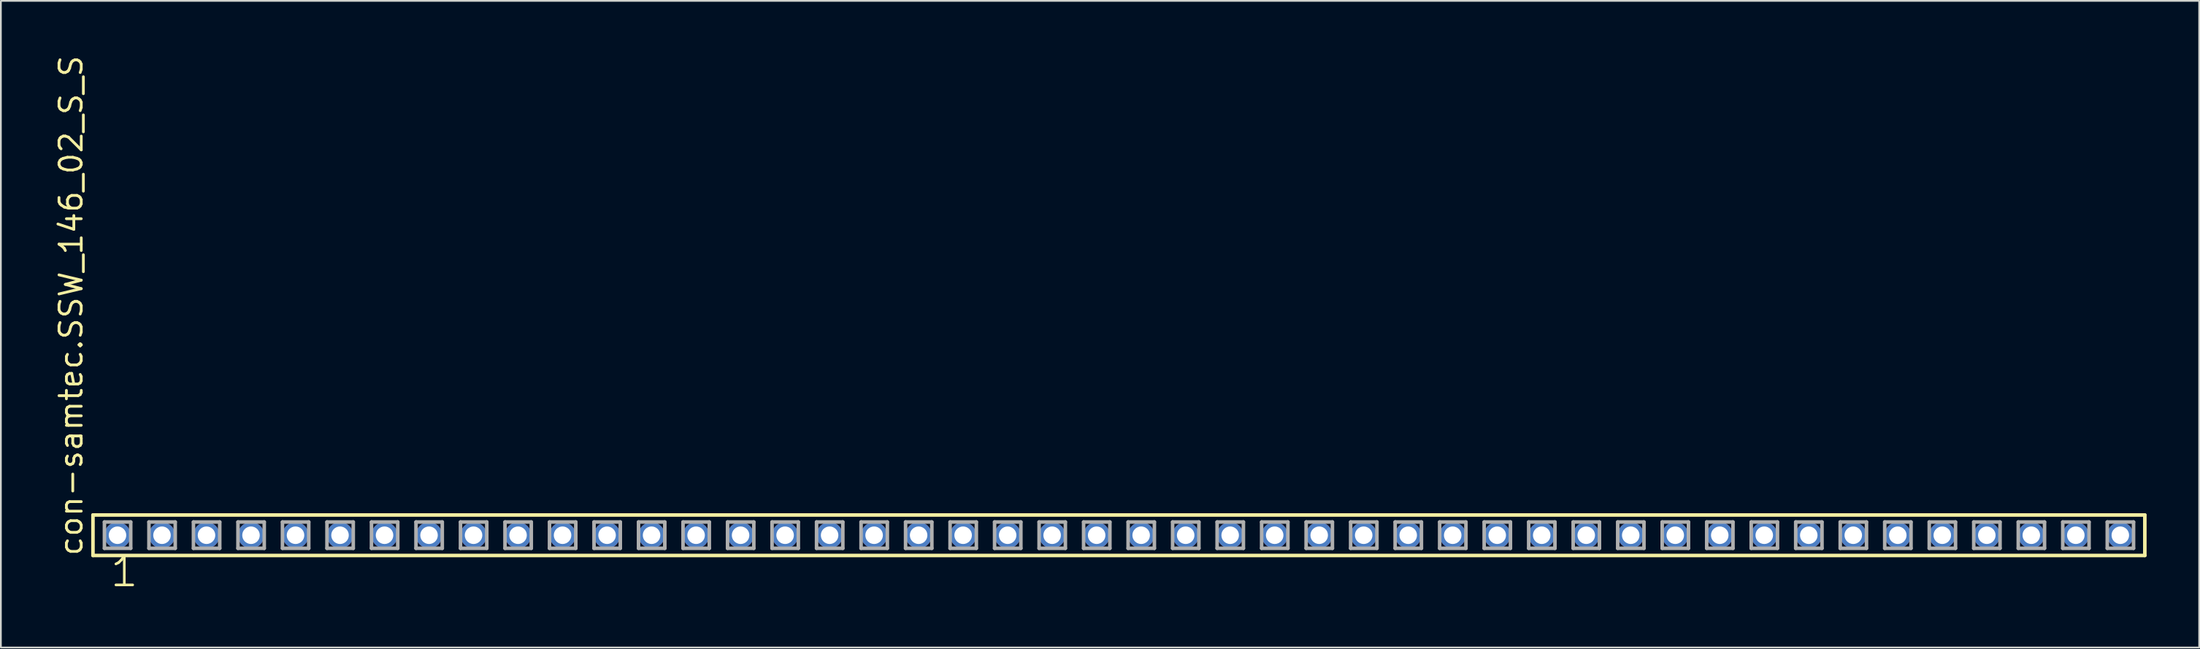
<source format=kicad_pcb>
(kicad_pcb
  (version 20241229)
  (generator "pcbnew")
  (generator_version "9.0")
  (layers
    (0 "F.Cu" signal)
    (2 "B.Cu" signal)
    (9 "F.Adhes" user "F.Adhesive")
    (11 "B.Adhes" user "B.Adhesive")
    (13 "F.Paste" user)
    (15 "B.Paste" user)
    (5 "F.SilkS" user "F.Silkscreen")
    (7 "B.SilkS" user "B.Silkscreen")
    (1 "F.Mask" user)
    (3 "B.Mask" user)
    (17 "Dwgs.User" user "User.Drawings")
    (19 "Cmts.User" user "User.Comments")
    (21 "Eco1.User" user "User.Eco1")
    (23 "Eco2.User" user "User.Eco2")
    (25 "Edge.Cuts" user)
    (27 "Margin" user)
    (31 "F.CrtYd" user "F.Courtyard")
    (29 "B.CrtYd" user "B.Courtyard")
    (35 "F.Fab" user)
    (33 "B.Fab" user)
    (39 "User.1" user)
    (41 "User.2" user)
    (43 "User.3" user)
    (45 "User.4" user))
  (footprint "con-samtec.SSW_146_02_S_S"
    (layer "F.Cu")
    (at 60.805 27.501)
    (property "Reference" "con-samtec.SSW_146_02_S_S" (at -59.055 1.27 90) (layer "F.SilkS") (effects (font (size 1.27 1.27) (thickness 0.16)) (justify left bottom)))
    (attr through_hole)
    (fp_line (start -58.549 -1.155) (end 58.549 -1.155) (stroke (width 0.203) (type default)) (layer "F.SilkS"))
    (fp_line (start -58.549 1.155) (end -58.549 -1.155) (stroke (width 0.203) (type default)) (layer "F.SilkS"))
    (fp_line (start 58.549 -1.155) (end 58.549 1.155) (stroke (width 0.203) (type default)) (layer "F.SilkS"))
    (fp_line (start 58.549 1.155) (end -58.549 1.155) (stroke (width 0.203) (type default)) (layer "F.SilkS"))
    (fp_line (start -57.895 -0.755) (end -56.395 -0.755) (stroke (width 0.203) (type default)) (layer "F.Fab"))
    (fp_line (start -57.895 0.745) (end -57.895 -0.755) (stroke (width 0.203) (type default)) (layer "F.Fab"))
    (fp_line (start -56.395 -0.755) (end -56.395 0.745) (stroke (width 0.203) (type default)) (layer "F.Fab"))
    (fp_line (start -56.395 0.745) (end -57.895 0.745) (stroke (width 0.203) (type default)) (layer "F.Fab"))
    (fp_line (start -55.355 -0.755) (end -53.855 -0.755) (stroke (width 0.203) (type default)) (layer "F.Fab"))
    (fp_line (start -55.355 0.745) (end -55.355 -0.755) (stroke (width 0.203) (type default)) (layer "F.Fab"))
    (fp_line (start -53.855 -0.755) (end -53.855 0.745) (stroke (width 0.203) (type default)) (layer "F.Fab"))
    (fp_line (start -53.855 0.745) (end -55.355 0.745) (stroke (width 0.203) (type default)) (layer "F.Fab"))
    (fp_line (start -52.815 -0.755) (end -51.315 -0.755) (stroke (width 0.203) (type default)) (layer "F.Fab"))
    (fp_line (start -52.815 0.745) (end -52.815 -0.755) (stroke (width 0.203) (type default)) (layer "F.Fab"))
    (fp_line (start -51.315 -0.755) (end -51.315 0.745) (stroke (width 0.203) (type default)) (layer "F.Fab"))
    (fp_line (start -51.315 0.745) (end -52.815 0.745) (stroke (width 0.203) (type default)) (layer "F.Fab"))
    (fp_line (start -50.275 -0.755) (end -48.775 -0.755) (stroke (width 0.203) (type default)) (layer "F.Fab"))
    (fp_line (start -50.275 0.745) (end -50.275 -0.755) (stroke (width 0.203) (type default)) (layer "F.Fab"))
    (fp_line (start -48.775 -0.755) (end -48.775 0.745) (stroke (width 0.203) (type default)) (layer "F.Fab"))
    (fp_line (start -48.775 0.745) (end -50.275 0.745) (stroke (width 0.203) (type default)) (layer "F.Fab"))
    (fp_line (start -47.735 -0.755) (end -46.235 -0.755) (stroke (width 0.203) (type default)) (layer "F.Fab"))
    (fp_line (start -47.735 0.745) (end -47.735 -0.755) (stroke (width 0.203) (type default)) (layer "F.Fab"))
    (fp_line (start -46.235 -0.755) (end -46.235 0.745) (stroke (width 0.203) (type default)) (layer "F.Fab"))
    (fp_line (start -46.235 0.745) (end -47.735 0.745) (stroke (width 0.203) (type default)) (layer "F.Fab"))
    (fp_line (start -45.195 -0.755) (end -43.695 -0.755) (stroke (width 0.203) (type default)) (layer "F.Fab"))
    (fp_line (start -45.195 0.745) (end -45.195 -0.755) (stroke (width 0.203) (type default)) (layer "F.Fab"))
    (fp_line (start -43.695 -0.755) (end -43.695 0.745) (stroke (width 0.203) (type default)) (layer "F.Fab"))
    (fp_line (start -43.695 0.745) (end -45.195 0.745) (stroke (width 0.203) (type default)) (layer "F.Fab"))
    (fp_line (start -42.655 -0.755) (end -41.155 -0.755) (stroke (width 0.203) (type default)) (layer "F.Fab"))
    (fp_line (start -42.655 0.745) (end -42.655 -0.755) (stroke (width 0.203) (type default)) (layer "F.Fab"))
    (fp_line (start -41.155 -0.755) (end -41.155 0.745) (stroke (width 0.203) (type default)) (layer "F.Fab"))
    (fp_line (start -41.155 0.745) (end -42.655 0.745) (stroke (width 0.203) (type default)) (layer "F.Fab"))
    (fp_line (start -40.115 -0.755) (end -38.615 -0.755) (stroke (width 0.203) (type default)) (layer "F.Fab"))
    (fp_line (start -40.115 0.745) (end -40.115 -0.755) (stroke (width 0.203) (type default)) (layer "F.Fab"))
    (fp_line (start -38.615 -0.755) (end -38.615 0.745) (stroke (width 0.203) (type default)) (layer "F.Fab"))
    (fp_line (start -38.615 0.745) (end -40.115 0.745) (stroke (width 0.203) (type default)) (layer "F.Fab"))
    (fp_line (start -37.575 -0.755) (end -36.075 -0.755) (stroke (width 0.203) (type default)) (layer "F.Fab"))
    (fp_line (start -37.575 0.745) (end -37.575 -0.755) (stroke (width 0.203) (type default)) (layer "F.Fab"))
    (fp_line (start -36.075 -0.755) (end -36.075 0.745) (stroke (width 0.203) (type default)) (layer "F.Fab"))
    (fp_line (start -36.075 0.745) (end -37.575 0.745) (stroke (width 0.203) (type default)) (layer "F.Fab"))
    (fp_line (start -35.035 -0.755) (end -33.535 -0.755) (stroke (width 0.203) (type default)) (layer "F.Fab"))
    (fp_line (start -35.035 0.745) (end -35.035 -0.755) (stroke (width 0.203) (type default)) (layer "F.Fab"))
    (fp_line (start -33.535 -0.755) (end -33.535 0.745) (stroke (width 0.203) (type default)) (layer "F.Fab"))
    (fp_line (start -33.535 0.745) (end -35.035 0.745) (stroke (width 0.203) (type default)) (layer "F.Fab"))
    (fp_line (start -32.495 -0.755) (end -30.995 -0.755) (stroke (width 0.203) (type default)) (layer "F.Fab"))
    (fp_line (start -32.495 0.745) (end -32.495 -0.755) (stroke (width 0.203) (type default)) (layer "F.Fab"))
    (fp_line (start -30.995 -0.755) (end -30.995 0.745) (stroke (width 0.203) (type default)) (layer "F.Fab"))
    (fp_line (start -30.995 0.745) (end -32.495 0.745) (stroke (width 0.203) (type default)) (layer "F.Fab"))
    (fp_line (start -29.955 -0.755) (end -28.455 -0.755) (stroke (width 0.203) (type default)) (layer "F.Fab"))
    (fp_line (start -29.955 0.745) (end -29.955 -0.755) (stroke (width 0.203) (type default)) (layer "F.Fab"))
    (fp_line (start -28.455 -0.755) (end -28.455 0.745) (stroke (width 0.203) (type default)) (layer "F.Fab"))
    (fp_line (start -28.455 0.745) (end -29.955 0.745) (stroke (width 0.203) (type default)) (layer "F.Fab"))
    (fp_line (start -27.415 -0.755) (end -25.915 -0.755) (stroke (width 0.203) (type default)) (layer "F.Fab"))
    (fp_line (start -27.415 0.745) (end -27.415 -0.755) (stroke (width 0.203) (type default)) (layer "F.Fab"))
    (fp_line (start -25.915 -0.755) (end -25.915 0.745) (stroke (width 0.203) (type default)) (layer "F.Fab"))
    (fp_line (start -25.915 0.745) (end -27.415 0.745) (stroke (width 0.203) (type default)) (layer "F.Fab"))
    (fp_line (start -24.875 -0.755) (end -23.375 -0.755) (stroke (width 0.203) (type default)) (layer "F.Fab"))
    (fp_line (start -24.875 0.745) (end -24.875 -0.755) (stroke (width 0.203) (type default)) (layer "F.Fab"))
    (fp_line (start -23.375 -0.755) (end -23.375 0.745) (stroke (width 0.203) (type default)) (layer "F.Fab"))
    (fp_line (start -23.375 0.745) (end -24.875 0.745) (stroke (width 0.203) (type default)) (layer "F.Fab"))
    (fp_line (start -22.335 -0.755) (end -20.835 -0.755) (stroke (width 0.203) (type default)) (layer "F.Fab"))
    (fp_line (start -22.335 0.745) (end -22.335 -0.755) (stroke (width 0.203) (type default)) (layer "F.Fab"))
    (fp_line (start -20.835 -0.755) (end -20.835 0.745) (stroke (width 0.203) (type default)) (layer "F.Fab"))
    (fp_line (start -20.835 0.745) (end -22.335 0.745) (stroke (width 0.203) (type default)) (layer "F.Fab"))
    (fp_line (start -19.795 -0.755) (end -18.295 -0.755) (stroke (width 0.203) (type default)) (layer "F.Fab"))
    (fp_line (start -19.795 0.745) (end -19.795 -0.755) (stroke (width 0.203) (type default)) (layer "F.Fab"))
    (fp_line (start -18.295 -0.755) (end -18.295 0.745) (stroke (width 0.203) (type default)) (layer "F.Fab"))
    (fp_line (start -18.295 0.745) (end -19.795 0.745) (stroke (width 0.203) (type default)) (layer "F.Fab"))
    (fp_line (start -17.255 -0.755) (end -15.755 -0.755) (stroke (width 0.203) (type default)) (layer "F.Fab"))
    (fp_line (start -17.255 0.745) (end -17.255 -0.755) (stroke (width 0.203) (type default)) (layer "F.Fab"))
    (fp_line (start -15.755 -0.755) (end -15.755 0.745) (stroke (width 0.203) (type default)) (layer "F.Fab"))
    (fp_line (start -15.755 0.745) (end -17.255 0.745) (stroke (width 0.203) (type default)) (layer "F.Fab"))
    (fp_line (start -14.715 -0.755) (end -13.215 -0.755) (stroke (width 0.203) (type default)) (layer "F.Fab"))
    (fp_line (start -14.715 0.745) (end -14.715 -0.755) (stroke (width 0.203) (type default)) (layer "F.Fab"))
    (fp_line (start -13.215 -0.755) (end -13.215 0.745) (stroke (width 0.203) (type default)) (layer "F.Fab"))
    (fp_line (start -13.215 0.745) (end -14.715 0.745) (stroke (width 0.203) (type default)) (layer "F.Fab"))
    (fp_line (start -12.175 -0.755) (end -10.675 -0.755) (stroke (width 0.203) (type default)) (layer "F.Fab"))
    (fp_line (start -12.175 0.745) (end -12.175 -0.755) (stroke (width 0.203) (type default)) (layer "F.Fab"))
    (fp_line (start -10.675 -0.755) (end -10.675 0.745) (stroke (width 0.203) (type default)) (layer "F.Fab"))
    (fp_line (start -10.675 0.745) (end -12.175 0.745) (stroke (width 0.203) (type default)) (layer "F.Fab"))
    (fp_line (start -9.635 -0.755) (end -8.135 -0.755) (stroke (width 0.203) (type default)) (layer "F.Fab"))
    (fp_line (start -9.635 0.745) (end -9.635 -0.755) (stroke (width 0.203) (type default)) (layer "F.Fab"))
    (fp_line (start -8.135 -0.755) (end -8.135 0.745) (stroke (width 0.203) (type default)) (layer "F.Fab"))
    (fp_line (start -8.135 0.745) (end -9.635 0.745) (stroke (width 0.203) (type default)) (layer "F.Fab"))
    (fp_line (start -7.095 -0.755) (end -5.595 -0.755) (stroke (width 0.203) (type default)) (layer "F.Fab"))
    (fp_line (start -7.095 0.745) (end -7.095 -0.755) (stroke (width 0.203) (type default)) (layer "F.Fab"))
    (fp_line (start -5.595 -0.755) (end -5.595 0.745) (stroke (width 0.203) (type default)) (layer "F.Fab"))
    (fp_line (start -5.595 0.745) (end -7.095 0.745) (stroke (width 0.203) (type default)) (layer "F.Fab"))
    (fp_line (start -4.555 -0.755) (end -3.055 -0.755) (stroke (width 0.203) (type default)) (layer "F.Fab"))
    (fp_line (start -4.555 0.745) (end -4.555 -0.755) (stroke (width 0.203) (type default)) (layer "F.Fab"))
    (fp_line (start -3.055 -0.755) (end -3.055 0.745) (stroke (width 0.203) (type default)) (layer "F.Fab"))
    (fp_line (start -3.055 0.745) (end -4.555 0.745) (stroke (width 0.203) (type default)) (layer "F.Fab"))
    (fp_line (start -2.015 -0.755) (end -0.515 -0.755) (stroke (width 0.203) (type default)) (layer "F.Fab"))
    (fp_line (start -2.015 0.745) (end -2.015 -0.755) (stroke (width 0.203) (type default)) (layer "F.Fab"))
    (fp_line (start -0.515 -0.755) (end -0.515 0.745) (stroke (width 0.203) (type default)) (layer "F.Fab"))
    (fp_line (start -0.515 0.745) (end -2.015 0.745) (stroke (width 0.203) (type default)) (layer "F.Fab"))
    (fp_line (start 0.525 -0.755) (end 2.025 -0.755) (stroke (width 0.203) (type default)) (layer "F.Fab"))
    (fp_line (start 0.525 0.745) (end 0.525 -0.755) (stroke (width 0.203) (type default)) (layer "F.Fab"))
    (fp_line (start 2.025 -0.755) (end 2.025 0.745) (stroke (width 0.203) (type default)) (layer "F.Fab"))
    (fp_line (start 2.025 0.745) (end 0.525 0.745) (stroke (width 0.203) (type default)) (layer "F.Fab"))
    (fp_line (start 3.065 -0.755) (end 4.565 -0.755) (stroke (width 0.203) (type default)) (layer "F.Fab"))
    (fp_line (start 3.065 0.745) (end 3.065 -0.755) (stroke (width 0.203) (type default)) (layer "F.Fab"))
    (fp_line (start 4.565 -0.755) (end 4.565 0.745) (stroke (width 0.203) (type default)) (layer "F.Fab"))
    (fp_line (start 4.565 0.745) (end 3.065 0.745) (stroke (width 0.203) (type default)) (layer "F.Fab"))
    (fp_line (start 5.605 -0.755) (end 7.105 -0.755) (stroke (width 0.203) (type default)) (layer "F.Fab"))
    (fp_line (start 5.605 0.745) (end 5.605 -0.755) (stroke (width 0.203) (type default)) (layer "F.Fab"))
    (fp_line (start 7.105 -0.755) (end 7.105 0.745) (stroke (width 0.203) (type default)) (layer "F.Fab"))
    (fp_line (start 7.105 0.745) (end 5.605 0.745) (stroke (width 0.203) (type default)) (layer "F.Fab"))
    (fp_line (start 8.145 -0.755) (end 9.645 -0.755) (stroke (width 0.203) (type default)) (layer "F.Fab"))
    (fp_line (start 8.145 0.745) (end 8.145 -0.755) (stroke (width 0.203) (type default)) (layer "F.Fab"))
    (fp_line (start 9.645 -0.755) (end 9.645 0.745) (stroke (width 0.203) (type default)) (layer "F.Fab"))
    (fp_line (start 9.645 0.745) (end 8.145 0.745) (stroke (width 0.203) (type default)) (layer "F.Fab"))
    (fp_line (start 10.685 -0.755) (end 12.185 -0.755) (stroke (width 0.203) (type default)) (layer "F.Fab"))
    (fp_line (start 10.685 0.745) (end 10.685 -0.755) (stroke (width 0.203) (type default)) (layer "F.Fab"))
    (fp_line (start 12.185 -0.755) (end 12.185 0.745) (stroke (width 0.203) (type default)) (layer "F.Fab"))
    (fp_line (start 12.185 0.745) (end 10.685 0.745) (stroke (width 0.203) (type default)) (layer "F.Fab"))
    (fp_line (start 13.225 -0.755) (end 14.725 -0.755) (stroke (width 0.203) (type default)) (layer "F.Fab"))
    (fp_line (start 13.225 0.745) (end 13.225 -0.755) (stroke (width 0.203) (type default)) (layer "F.Fab"))
    (fp_line (start 14.725 -0.755) (end 14.725 0.745) (stroke (width 0.203) (type default)) (layer "F.Fab"))
    (fp_line (start 14.725 0.745) (end 13.225 0.745) (stroke (width 0.203) (type default)) (layer "F.Fab"))
    (fp_line (start 15.765 -0.755) (end 17.265 -0.755) (stroke (width 0.203) (type default)) (layer "F.Fab"))
    (fp_line (start 15.765 0.745) (end 15.765 -0.755) (stroke (width 0.203) (type default)) (layer "F.Fab"))
    (fp_line (start 17.265 -0.755) (end 17.265 0.745) (stroke (width 0.203) (type default)) (layer "F.Fab"))
    (fp_line (start 17.265 0.745) (end 15.765 0.745) (stroke (width 0.203) (type default)) (layer "F.Fab"))
    (fp_line (start 18.305 -0.755) (end 19.805 -0.755) (stroke (width 0.203) (type default)) (layer "F.Fab"))
    (fp_line (start 18.305 0.745) (end 18.305 -0.755) (stroke (width 0.203) (type default)) (layer "F.Fab"))
    (fp_line (start 19.805 -0.755) (end 19.805 0.745) (stroke (width 0.203) (type default)) (layer "F.Fab"))
    (fp_line (start 19.805 0.745) (end 18.305 0.745) (stroke (width 0.203) (type default)) (layer "F.Fab"))
    (fp_line (start 20.845 -0.755) (end 22.345 -0.755) (stroke (width 0.203) (type default)) (layer "F.Fab"))
    (fp_line (start 20.845 0.745) (end 20.845 -0.755) (stroke (width 0.203) (type default)) (layer "F.Fab"))
    (fp_line (start 22.345 -0.755) (end 22.345 0.745) (stroke (width 0.203) (type default)) (layer "F.Fab"))
    (fp_line (start 22.345 0.745) (end 20.845 0.745) (stroke (width 0.203) (type default)) (layer "F.Fab"))
    (fp_line (start 23.385 -0.755) (end 24.885 -0.755) (stroke (width 0.203) (type default)) (layer "F.Fab"))
    (fp_line (start 23.385 0.745) (end 23.385 -0.755) (stroke (width 0.203) (type default)) (layer "F.Fab"))
    (fp_line (start 24.885 -0.755) (end 24.885 0.745) (stroke (width 0.203) (type default)) (layer "F.Fab"))
    (fp_line (start 24.885 0.745) (end 23.385 0.745) (stroke (width 0.203) (type default)) (layer "F.Fab"))
    (fp_line (start 25.925 -0.755) (end 27.425 -0.755) (stroke (width 0.203) (type default)) (layer "F.Fab"))
    (fp_line (start 25.925 0.745) (end 25.925 -0.755) (stroke (width 0.203) (type default)) (layer "F.Fab"))
    (fp_line (start 27.425 -0.755) (end 27.425 0.745) (stroke (width 0.203) (type default)) (layer "F.Fab"))
    (fp_line (start 27.425 0.745) (end 25.925 0.745) (stroke (width 0.203) (type default)) (layer "F.Fab"))
    (fp_line (start 28.465 -0.755) (end 29.965 -0.755) (stroke (width 0.203) (type default)) (layer "F.Fab"))
    (fp_line (start 28.465 0.745) (end 28.465 -0.755) (stroke (width 0.203) (type default)) (layer "F.Fab"))
    (fp_line (start 29.965 -0.755) (end 29.965 0.745) (stroke (width 0.203) (type default)) (layer "F.Fab"))
    (fp_line (start 29.965 0.745) (end 28.465 0.745) (stroke (width 0.203) (type default)) (layer "F.Fab"))
    (fp_line (start 31.005 -0.755) (end 32.505 -0.755) (stroke (width 0.203) (type default)) (layer "F.Fab"))
    (fp_line (start 31.005 0.745) (end 31.005 -0.755) (stroke (width 0.203) (type default)) (layer "F.Fab"))
    (fp_line (start 32.505 -0.755) (end 32.505 0.745) (stroke (width 0.203) (type default)) (layer "F.Fab"))
    (fp_line (start 32.505 0.745) (end 31.005 0.745) (stroke (width 0.203) (type default)) (layer "F.Fab"))
    (fp_line (start 33.545 -0.755) (end 35.045 -0.755) (stroke (width 0.203) (type default)) (layer "F.Fab"))
    (fp_line (start 33.545 0.745) (end 33.545 -0.755) (stroke (width 0.203) (type default)) (layer "F.Fab"))
    (fp_line (start 35.045 -0.755) (end 35.045 0.745) (stroke (width 0.203) (type default)) (layer "F.Fab"))
    (fp_line (start 35.045 0.745) (end 33.545 0.745) (stroke (width 0.203) (type default)) (layer "F.Fab"))
    (fp_line (start 36.085 -0.755) (end 37.585 -0.755) (stroke (width 0.203) (type default)) (layer "F.Fab"))
    (fp_line (start 36.085 0.745) (end 36.085 -0.755) (stroke (width 0.203) (type default)) (layer "F.Fab"))
    (fp_line (start 37.585 -0.755) (end 37.585 0.745) (stroke (width 0.203) (type default)) (layer "F.Fab"))
    (fp_line (start 37.585 0.745) (end 36.085 0.745) (stroke (width 0.203) (type default)) (layer "F.Fab"))
    (fp_line (start 38.625 -0.755) (end 40.125 -0.755) (stroke (width 0.203) (type default)) (layer "F.Fab"))
    (fp_line (start 38.625 0.745) (end 38.625 -0.755) (stroke (width 0.203) (type default)) (layer "F.Fab"))
    (fp_line (start 40.125 -0.755) (end 40.125 0.745) (stroke (width 0.203) (type default)) (layer "F.Fab"))
    (fp_line (start 40.125 0.745) (end 38.625 0.745) (stroke (width 0.203) (type default)) (layer "F.Fab"))
    (fp_line (start 41.165 -0.755) (end 42.665 -0.755) (stroke (width 0.203) (type default)) (layer "F.Fab"))
    (fp_line (start 41.165 0.745) (end 41.165 -0.755) (stroke (width 0.203) (type default)) (layer "F.Fab"))
    (fp_line (start 42.665 -0.755) (end 42.665 0.745) (stroke (width 0.203) (type default)) (layer "F.Fab"))
    (fp_line (start 42.665 0.745) (end 41.165 0.745) (stroke (width 0.203) (type default)) (layer "F.Fab"))
    (fp_line (start 43.705 -0.755) (end 45.205 -0.755) (stroke (width 0.203) (type default)) (layer "F.Fab"))
    (fp_line (start 43.705 0.745) (end 43.705 -0.755) (stroke (width 0.203) (type default)) (layer "F.Fab"))
    (fp_line (start 45.205 -0.755) (end 45.205 0.745) (stroke (width 0.203) (type default)) (layer "F.Fab"))
    (fp_line (start 45.205 0.745) (end 43.705 0.745) (stroke (width 0.203) (type default)) (layer "F.Fab"))
    (fp_line (start 46.245 -0.755) (end 47.745 -0.755) (stroke (width 0.203) (type default)) (layer "F.Fab"))
    (fp_line (start 46.245 0.745) (end 46.245 -0.755) (stroke (width 0.203) (type default)) (layer "F.Fab"))
    (fp_line (start 47.745 -0.755) (end 47.745 0.745) (stroke (width 0.203) (type default)) (layer "F.Fab"))
    (fp_line (start 47.745 0.745) (end 46.245 0.745) (stroke (width 0.203) (type default)) (layer "F.Fab"))
    (fp_line (start 48.785 -0.755) (end 50.285 -0.755) (stroke (width 0.203) (type default)) (layer "F.Fab"))
    (fp_line (start 48.785 0.745) (end 48.785 -0.755) (stroke (width 0.203) (type default)) (layer "F.Fab"))
    (fp_line (start 50.285 -0.755) (end 50.285 0.745) (stroke (width 0.203) (type default)) (layer "F.Fab"))
    (fp_line (start 50.285 0.745) (end 48.785 0.745) (stroke (width 0.203) (type default)) (layer "F.Fab"))
    (fp_line (start 51.325 -0.755) (end 52.825 -0.755) (stroke (width 0.203) (type default)) (layer "F.Fab"))
    (fp_line (start 51.325 0.745) (end 51.325 -0.755) (stroke (width 0.203) (type default)) (layer "F.Fab"))
    (fp_line (start 52.825 -0.755) (end 52.825 0.745) (stroke (width 0.203) (type default)) (layer "F.Fab"))
    (fp_line (start 52.825 0.745) (end 51.325 0.745) (stroke (width 0.203) (type default)) (layer "F.Fab"))
    (fp_line (start 53.865 -0.755) (end 55.365 -0.755) (stroke (width 0.203) (type default)) (layer "F.Fab"))
    (fp_line (start 53.865 0.745) (end 53.865 -0.755) (stroke (width 0.203) (type default)) (layer "F.Fab"))
    (fp_line (start 55.365 -0.755) (end 55.365 0.745) (stroke (width 0.203) (type default)) (layer "F.Fab"))
    (fp_line (start 55.365 0.745) (end 53.865 0.745) (stroke (width 0.203) (type default)) (layer "F.Fab"))
    (fp_line (start 56.405 -0.755) (end 57.905 -0.755) (stroke (width 0.203) (type default)) (layer "F.Fab"))
    (fp_line (start 56.405 0.745) (end 56.405 -0.755) (stroke (width 0.203) (type default)) (layer "F.Fab"))
    (fp_line (start 57.905 -0.755) (end 57.905 0.745) (stroke (width 0.203) (type default)) (layer "F.Fab"))
    (fp_line (start 57.905 0.745) (end 56.405 0.745) (stroke (width 0.203) (type default)) (layer "F.Fab"))
    (fp_text user "1" (at -57.658 3.048 0) (layer "F.SilkS") (effects (font (size 1.676 1.676) (thickness 0.15)) (justify left bottom)))
    (pad "1" thru_hole circle (at -57.15 0) (size 1.5 1.5) (drill 1) (layers "*.Cu" "*.Mask"))
    (pad "2" thru_hole circle (at -54.61 0) (size 1.5 1.5) (drill 1) (layers "*.Cu" "*.Mask"))
    (pad "3" thru_hole circle (at -52.07 0) (size 1.5 1.5) (drill 1) (layers "*.Cu" "*.Mask"))
    (pad "4" thru_hole circle (at -49.53 0) (size 1.5 1.5) (drill 1) (layers "*.Cu" "*.Mask"))
    (pad "5" thru_hole circle (at -46.99 0) (size 1.5 1.5) (drill 1) (layers "*.Cu" "*.Mask"))
    (pad "6" thru_hole circle (at -44.45 0) (size 1.5 1.5) (drill 1) (layers "*.Cu" "*.Mask"))
    (pad "7" thru_hole circle (at -41.91 0) (size 1.5 1.5) (drill 1) (layers "*.Cu" "*.Mask"))
    (pad "8" thru_hole circle (at -39.37 0) (size 1.5 1.5) (drill 1) (layers "*.Cu" "*.Mask"))
    (pad "9" thru_hole circle (at -36.83 0) (size 1.5 1.5) (drill 1) (layers "*.Cu" "*.Mask"))
    (pad "10" thru_hole circle (at -34.29 0) (size 1.5 1.5) (drill 1) (layers "*.Cu" "*.Mask"))
    (pad "11" thru_hole circle (at -31.75 0) (size 1.5 1.5) (drill 1) (layers "*.Cu" "*.Mask"))
    (pad "12" thru_hole circle (at -29.21 0) (size 1.5 1.5) (drill 1) (layers "*.Cu" "*.Mask"))
    (pad "13" thru_hole circle (at -26.67 0) (size 1.5 1.5) (drill 1) (layers "*.Cu" "*.Mask"))
    (pad "14" thru_hole circle (at -24.13 0) (size 1.5 1.5) (drill 1) (layers "*.Cu" "*.Mask"))
    (pad "15" thru_hole circle (at -21.59 0) (size 1.5 1.5) (drill 1) (layers "*.Cu" "*.Mask"))
    (pad "16" thru_hole circle (at -19.05 0) (size 1.5 1.5) (drill 1) (layers "*.Cu" "*.Mask"))
    (pad "17" thru_hole circle (at -16.51 0) (size 1.5 1.5) (drill 1) (layers "*.Cu" "*.Mask"))
    (pad "18" thru_hole circle (at -13.97 0) (size 1.5 1.5) (drill 1) (layers "*.Cu" "*.Mask"))
    (pad "19" thru_hole circle (at -11.43 0) (size 1.5 1.5) (drill 1) (layers "*.Cu" "*.Mask"))
    (pad "20" thru_hole circle (at -8.89 0) (size 1.5 1.5) (drill 1) (layers "*.Cu" "*.Mask"))
    (pad "21" thru_hole circle (at -6.35 0) (size 1.5 1.5) (drill 1) (layers "*.Cu" "*.Mask"))
    (pad "22" thru_hole circle (at -3.81 0) (size 1.5 1.5) (drill 1) (layers "*.Cu" "*.Mask"))
    (pad "23" thru_hole circle (at -1.27 0) (size 1.5 1.5) (drill 1) (layers "*.Cu" "*.Mask"))
    (pad "24" thru_hole circle (at 1.27 0) (size 1.5 1.5) (drill 1) (layers "*.Cu" "*.Mask"))
    (pad "25" thru_hole circle (at 3.81 0) (size 1.5 1.5) (drill 1) (layers "*.Cu" "*.Mask"))
    (pad "26" thru_hole circle (at 6.35 0) (size 1.5 1.5) (drill 1) (layers "*.Cu" "*.Mask"))
    (pad "27" thru_hole circle (at 8.89 0) (size 1.5 1.5) (drill 1) (layers "*.Cu" "*.Mask"))
    (pad "28" thru_hole circle (at 11.43 0) (size 1.5 1.5) (drill 1) (layers "*.Cu" "*.Mask"))
    (pad "29" thru_hole circle (at 13.97 0) (size 1.5 1.5) (drill 1) (layers "*.Cu" "*.Mask"))
    (pad "30" thru_hole circle (at 16.51 0) (size 1.5 1.5) (drill 1) (layers "*.Cu" "*.Mask"))
    (pad "31" thru_hole circle (at 19.05 0) (size 1.5 1.5) (drill 1) (layers "*.Cu" "*.Mask"))
    (pad "32" thru_hole circle (at 21.59 0) (size 1.5 1.5) (drill 1) (layers "*.Cu" "*.Mask"))
    (pad "33" thru_hole circle (at 24.13 0) (size 1.5 1.5) (drill 1) (layers "*.Cu" "*.Mask"))
    (pad "34" thru_hole circle (at 26.67 0) (size 1.5 1.5) (drill 1) (layers "*.Cu" "*.Mask"))
    (pad "35" thru_hole circle (at 29.21 0) (size 1.5 1.5) (drill 1) (layers "*.Cu" "*.Mask"))
    (pad "36" thru_hole circle (at 31.75 0) (size 1.5 1.5) (drill 1) (layers "*.Cu" "*.Mask"))
    (pad "37" thru_hole circle (at 34.29 0) (size 1.5 1.5) (drill 1) (layers "*.Cu" "*.Mask"))
    (pad "38" thru_hole circle (at 36.83 0) (size 1.5 1.5) (drill 1) (layers "*.Cu" "*.Mask"))
    (pad "39" thru_hole circle (at 39.37 0) (size 1.5 1.5) (drill 1) (layers "*.Cu" "*.Mask"))
    (pad "40" thru_hole circle (at 41.91 0) (size 1.5 1.5) (drill 1) (layers "*.Cu" "*.Mask"))
    (pad "41" thru_hole circle (at 44.45 0) (size 1.5 1.5) (drill 1) (layers "*.Cu" "*.Mask"))
    (pad "42" thru_hole circle (at 46.99 0) (size 1.5 1.5) (drill 1) (layers "*.Cu" "*.Mask"))
    (pad "43" thru_hole circle (at 49.53 0) (size 1.5 1.5) (drill 1) (layers "*.Cu" "*.Mask"))
    (pad "44" thru_hole circle (at 52.07 0) (size 1.5 1.5) (drill 1) (layers "*.Cu" "*.Mask"))
    (pad "45" thru_hole circle (at 54.61 0) (size 1.5 1.5) (drill 1) (layers "*.Cu" "*.Mask"))
    (pad "46" thru_hole circle (at 57.15 0) (size 1.5 1.5) (drill 1) (layers "*.Cu" "*.Mask")))
  (gr_rect
    (start -3 -3)
    (end 122.456 33.91)
    (stroke (width 0.1) (type default))
    (fill no)
    (layer "Edge.Cuts")))
</source>
